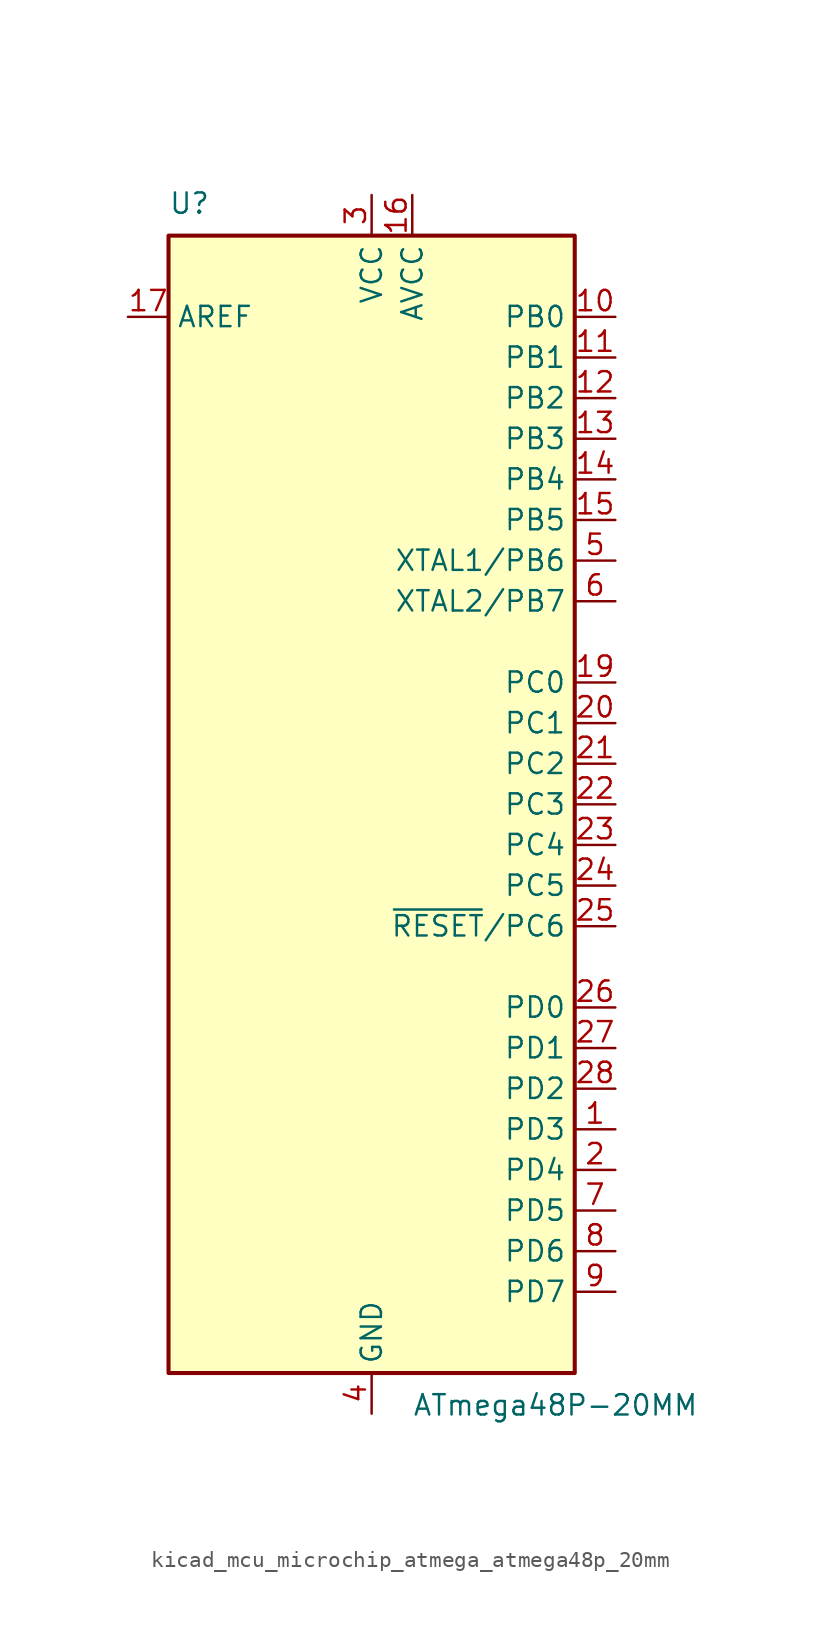
<source format=kicad_sym>
(kicad_symbol_lib
  (version 20220914)
  (generator kicad_symbol_editor)
  (symbol "kicad_mcu_microchip_atmega_atmega48p_20mm"
    (property "Reference" "U"
      (at -12.7 36.83 0)
      (effects (font (size 1.27 1.27)) (justify left bottom)))
    (property "Value" "ATmega48P-20MM"
      (at 2.54 -36.83 0)
      (effects (font (size 1.27 1.27)) (justify left top)))
    (symbol "kicad_mcu_microchip_atmega_atmega48p_20mm_0_1"
      (rectangle (start -12.7 -35.56) (end 12.7 35.56) (stroke (width 0.254) (type default)) (fill (type background))))
    (symbol "kicad_mcu_microchip_atmega_atmega48p_20mm_1_1"
      (pin bidirectional line (at 15.24 -20.32 180) (length 2.54) (name "PD3" (effects (font (size 1.27 1.27)))) (number "1" (effects (font (size 1.27 1.27)))))
      (pin bidirectional line (at 15.24 30.48 180) (length 2.54) (name "PB0" (effects (font (size 1.27 1.27)))) (number "10" (effects (font (size 1.27 1.27)))))
      (pin bidirectional line (at 15.24 27.94 180) (length 2.54) (name "PB1" (effects (font (size 1.27 1.27)))) (number "11" (effects (font (size 1.27 1.27)))))
      (pin bidirectional line (at 15.24 25.4 180) (length 2.54) (name "PB2" (effects (font (size 1.27 1.27)))) (number "12" (effects (font (size 1.27 1.27)))))
      (pin bidirectional line (at 15.24 22.86 180) (length 2.54) (name "PB3" (effects (font (size 1.27 1.27)))) (number "13" (effects (font (size 1.27 1.27)))))
      (pin bidirectional line (at 15.24 20.32 180) (length 2.54) (name "PB4" (effects (font (size 1.27 1.27)))) (number "14" (effects (font (size 1.27 1.27)))))
      (pin bidirectional line (at 15.24 17.78 180) (length 2.54) (name "PB5" (effects (font (size 1.27 1.27)))) (number "15" (effects (font (size 1.27 1.27)))))
      (pin power_in line (at 2.54 38.1 270) (length 2.54) (name "AVCC" (effects (font (size 1.27 1.27)))) (number "16" (effects (font (size 1.27 1.27)))))
      (pin passive line (at -15.24 30.48 0) (length 2.54) (name "AREF" (effects (font (size 1.27 1.27)))) (number "17" (effects (font (size 1.27 1.27)))))
      (pin passive line (at 0 -38.1 90) (length 2.54) hide (name "GND" (effects (font (size 1.27 1.27)))) (number "18" (effects (font (size 1.27 1.27)))))
      (pin bidirectional line (at 15.24 7.62 180) (length 2.54) (name "PC0" (effects (font (size 1.27 1.27)))) (number "19" (effects (font (size 1.27 1.27)))))
      (pin bidirectional line (at 15.24 -22.86 180) (length 2.54) (name "PD4" (effects (font (size 1.27 1.27)))) (number "2" (effects (font (size 1.27 1.27)))))
      (pin bidirectional line (at 15.24 5.08 180) (length 2.54) (name "PC1" (effects (font (size 1.27 1.27)))) (number "20" (effects (font (size 1.27 1.27)))))
      (pin bidirectional line (at 15.24 2.54 180) (length 2.54) (name "PC2" (effects (font (size 1.27 1.27)))) (number "21" (effects (font (size 1.27 1.27)))))
      (pin bidirectional line (at 15.24 0 180) (length 2.54) (name "PC3" (effects (font (size 1.27 1.27)))) (number "22" (effects (font (size 1.27 1.27)))))
      (pin bidirectional line (at 15.24 -2.54 180) (length 2.54) (name "PC4" (effects (font (size 1.27 1.27)))) (number "23" (effects (font (size 1.27 1.27)))))
      (pin bidirectional line (at 15.24 -5.08 180) (length 2.54) (name "PC5" (effects (font (size 1.27 1.27)))) (number "24" (effects (font (size 1.27 1.27)))))
      (pin bidirectional line (at 15.24 -7.62 180) (length 2.54) (name "~{RESET}/PC6" (effects (font (size 1.27 1.27)))) (number "25" (effects (font (size 1.27 1.27)))))
      (pin bidirectional line (at 15.24 -12.7 180) (length 2.54) (name "PD0" (effects (font (size 1.27 1.27)))) (number "26" (effects (font (size 1.27 1.27)))))
      (pin bidirectional line (at 15.24 -15.24 180) (length 2.54) (name "PD1" (effects (font (size 1.27 1.27)))) (number "27" (effects (font (size 1.27 1.27)))))
      (pin bidirectional line (at 15.24 -17.78 180) (length 2.54) (name "PD2" (effects (font (size 1.27 1.27)))) (number "28" (effects (font (size 1.27 1.27)))))
      (pin passive line (at 0 -38.1 90) (length 2.54) hide (name "GND" (effects (font (size 1.27 1.27)))) (number "29" (effects (font (size 1.27 1.27)))))
      (pin power_in line (at 0 38.1 270) (length 2.54) (name "VCC" (effects (font (size 1.27 1.27)))) (number "3" (effects (font (size 1.27 1.27)))))
      (pin power_in line (at 0 -38.1 90) (length 2.54) (name "GND" (effects (font (size 1.27 1.27)))) (number "4" (effects (font (size 1.27 1.27)))))
      (pin bidirectional line (at 15.24 15.24 180) (length 2.54) (name "XTAL1/PB6" (effects (font (size 1.27 1.27)))) (number "5" (effects (font (size 1.27 1.27)))))
      (pin bidirectional line (at 15.24 12.7 180) (length 2.54) (name "XTAL2/PB7" (effects (font (size 1.27 1.27)))) (number "6" (effects (font (size 1.27 1.27)))))
      (pin bidirectional line (at 15.24 -25.4 180) (length 2.54) (name "PD5" (effects (font (size 1.27 1.27)))) (number "7" (effects (font (size 1.27 1.27)))))
      (pin bidirectional line (at 15.24 -27.94 180) (length 2.54) (name "PD6" (effects (font (size 1.27 1.27)))) (number "8" (effects (font (size 1.27 1.27)))))
      (pin bidirectional line (at 15.24 -30.48 180) (length 2.54) (name "PD7" (effects (font (size 1.27 1.27)))) (number "9" (effects (font (size 1.27 1.27))))))))
</source>
